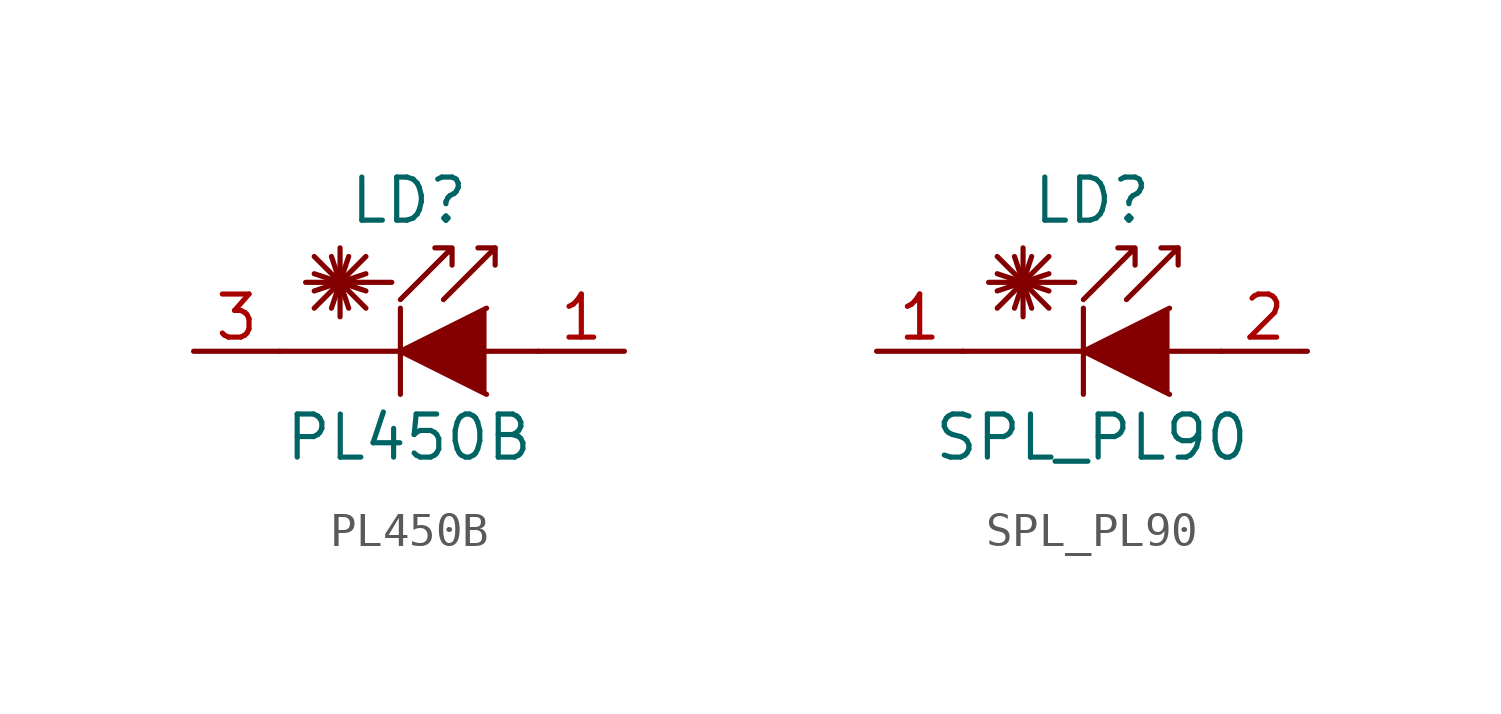
<source format=kicad_sym>
(kicad_symbol_lib
  (version 20201005)
  (generator kicad_symbol_editor)
  (symbol "Diode_Laser:PL450B"
    (pin_names
      (offset 1.016) hide)
    (property "Reference" "LD"
      (at -1.27 4.445 0)
      (effects (font (size 1.27 1.27))))
    (property "Value" "PL450B"
      (at -1.27 -2.54 0)
      (effects (font (size 1.27 1.27))))
    (symbol "PL450B_0_1"
      (polyline (pts (xy -4.064 1.27) (xy -2.54 2.794)) (stroke (width 0)) (fill (type none)))
      (polyline (pts (xy -4.064 1.778) (xy -2.54 2.286)) (stroke (width 0)) (fill (type none)))
      (polyline (pts (xy -4.064 2.286) (xy -2.54 1.778)) (stroke (width 0)) (fill (type none)))
      (polyline (pts (xy -4.064 2.794) (xy -2.54 1.27)) (stroke (width 0)) (fill (type none)))
      (polyline (pts (xy -3.556 2.794) (xy -3.048 1.27)) (stroke (width 0)) (fill (type none)))
      (polyline (pts (xy -3.302 2.032) (xy -3.302 1.016)) (stroke (width 0)) (fill (type none)))
      (polyline (pts (xy -3.302 2.032) (xy -3.302 3.048)) (stroke (width 0)) (fill (type none)))
      (polyline (pts (xy -3.048 2.794) (xy -3.556 1.27)) (stroke (width 0)) (fill (type none)))
      (polyline (pts (xy -1.778 2.032) (xy -4.318 2.032)) (stroke (width 0)) (fill (type none)))
      (polyline (pts (xy -1.524 1.27) (xy -1.524 -1.27)) (stroke (width 0.152)) (fill (type none)))
      (polyline (pts (xy 1.27 3.048) (xy 0.762 3.048)) (stroke (width 0)) (fill (type none)))
      (polyline (pts (xy 2.54 0) (xy -5.08 0)) (stroke (width 0)) (fill (type none)))
      (polyline (pts (xy -0.254 1.524) (xy 1.27 3.048) (xy 1.27 2.54)) (stroke (width 0)) (fill (type none)))
      (polyline (pts (xy 1.016 1.27) (xy -1.524 0) (xy 1.016 -1.27)) (stroke (width 0)) (fill (type outline)))
      (polyline (pts (xy -1.524 1.524) (xy 0 3.048) (xy 0 2.54) (xy 0 3.048) (xy -0.508 3.048)) (stroke (width 0)) (fill (type none))))
    (symbol "PL450B_1_1"
      (pin passive line (at 5.08 0 180) (length 2.54) (name "A" (effects (font (size 1.27 1.27)))) (number "1" (effects (font (size 1.27 1.27)))))
      (pin no_connect line (at -7.62 2.54 0) (length 2.54) hide (name "NC" (effects (font (size 1.27 1.27)))) (number "2" (effects (font (size 1.27 1.27)))))
      (pin passive line (at -7.62 0 0) (length 2.54) (name "C" (effects (font (size 1.27 1.27)))) (number "3" (effects (font (size 1.27 1.27)))))))
  (symbol "Diode_Laser:SPL_PL90"
    (pin_names
      (offset 1.016) hide)
    (property "Reference" "LD"
      (at -1.27 4.445 0)
      (effects (font (size 1.27 1.27))))
    (property "Value" "SPL_PL90"
      (at -1.27 -2.54 0)
      (effects (font (size 1.27 1.27))))
    (symbol "SPL_PL90_0_1"
      (polyline (pts (xy -4.064 1.27) (xy -2.54 2.794)) (stroke (width 0)) (fill (type none)))
      (polyline (pts (xy -4.064 1.778) (xy -2.54 2.286)) (stroke (width 0)) (fill (type none)))
      (polyline (pts (xy -4.064 2.286) (xy -2.54 1.778)) (stroke (width 0)) (fill (type none)))
      (polyline (pts (xy -4.064 2.794) (xy -2.54 1.27)) (stroke (width 0)) (fill (type none)))
      (polyline (pts (xy -3.556 2.794) (xy -3.048 1.27)) (stroke (width 0)) (fill (type none)))
      (polyline (pts (xy -3.302 2.032) (xy -3.302 1.016)) (stroke (width 0)) (fill (type none)))
      (polyline (pts (xy -3.302 2.032) (xy -3.302 3.048)) (stroke (width 0)) (fill (type none)))
      (polyline (pts (xy -3.048 2.794) (xy -3.556 1.27)) (stroke (width 0)) (fill (type none)))
      (polyline (pts (xy -1.778 2.032) (xy -4.318 2.032)) (stroke (width 0)) (fill (type none)))
      (polyline (pts (xy -1.524 1.27) (xy -1.524 -1.27)) (stroke (width 0.152)) (fill (type none)))
      (polyline (pts (xy 1.27 3.048) (xy 0.762 3.048)) (stroke (width 0)) (fill (type none)))
      (polyline (pts (xy 2.54 0) (xy -5.08 0)) (stroke (width 0)) (fill (type none)))
      (polyline (pts (xy -0.254 1.524) (xy 1.27 3.048) (xy 1.27 2.54)) (stroke (width 0)) (fill (type none)))
      (polyline (pts (xy 1.016 1.27) (xy -1.524 0) (xy 1.016 -1.27)) (stroke (width 0)) (fill (type outline)))
      (polyline (pts (xy -1.524 1.524) (xy 0 3.048) (xy 0 2.54) (xy 0 3.048) (xy -0.508 3.048)) (stroke (width 0)) (fill (type none))))
    (symbol "SPL_PL90_1_1"
      (pin passive line (at -7.62 0 0) (length 2.54) (name "C" (effects (font (size 1.27 1.27)))) (number "1" (effects (font (size 1.27 1.27)))))
      (pin passive line (at 5.08 0 180) (length 2.54) (name "A" (effects (font (size 1.27 1.27)))) (number "2" (effects (font (size 1.27 1.27))))))))
</source>
